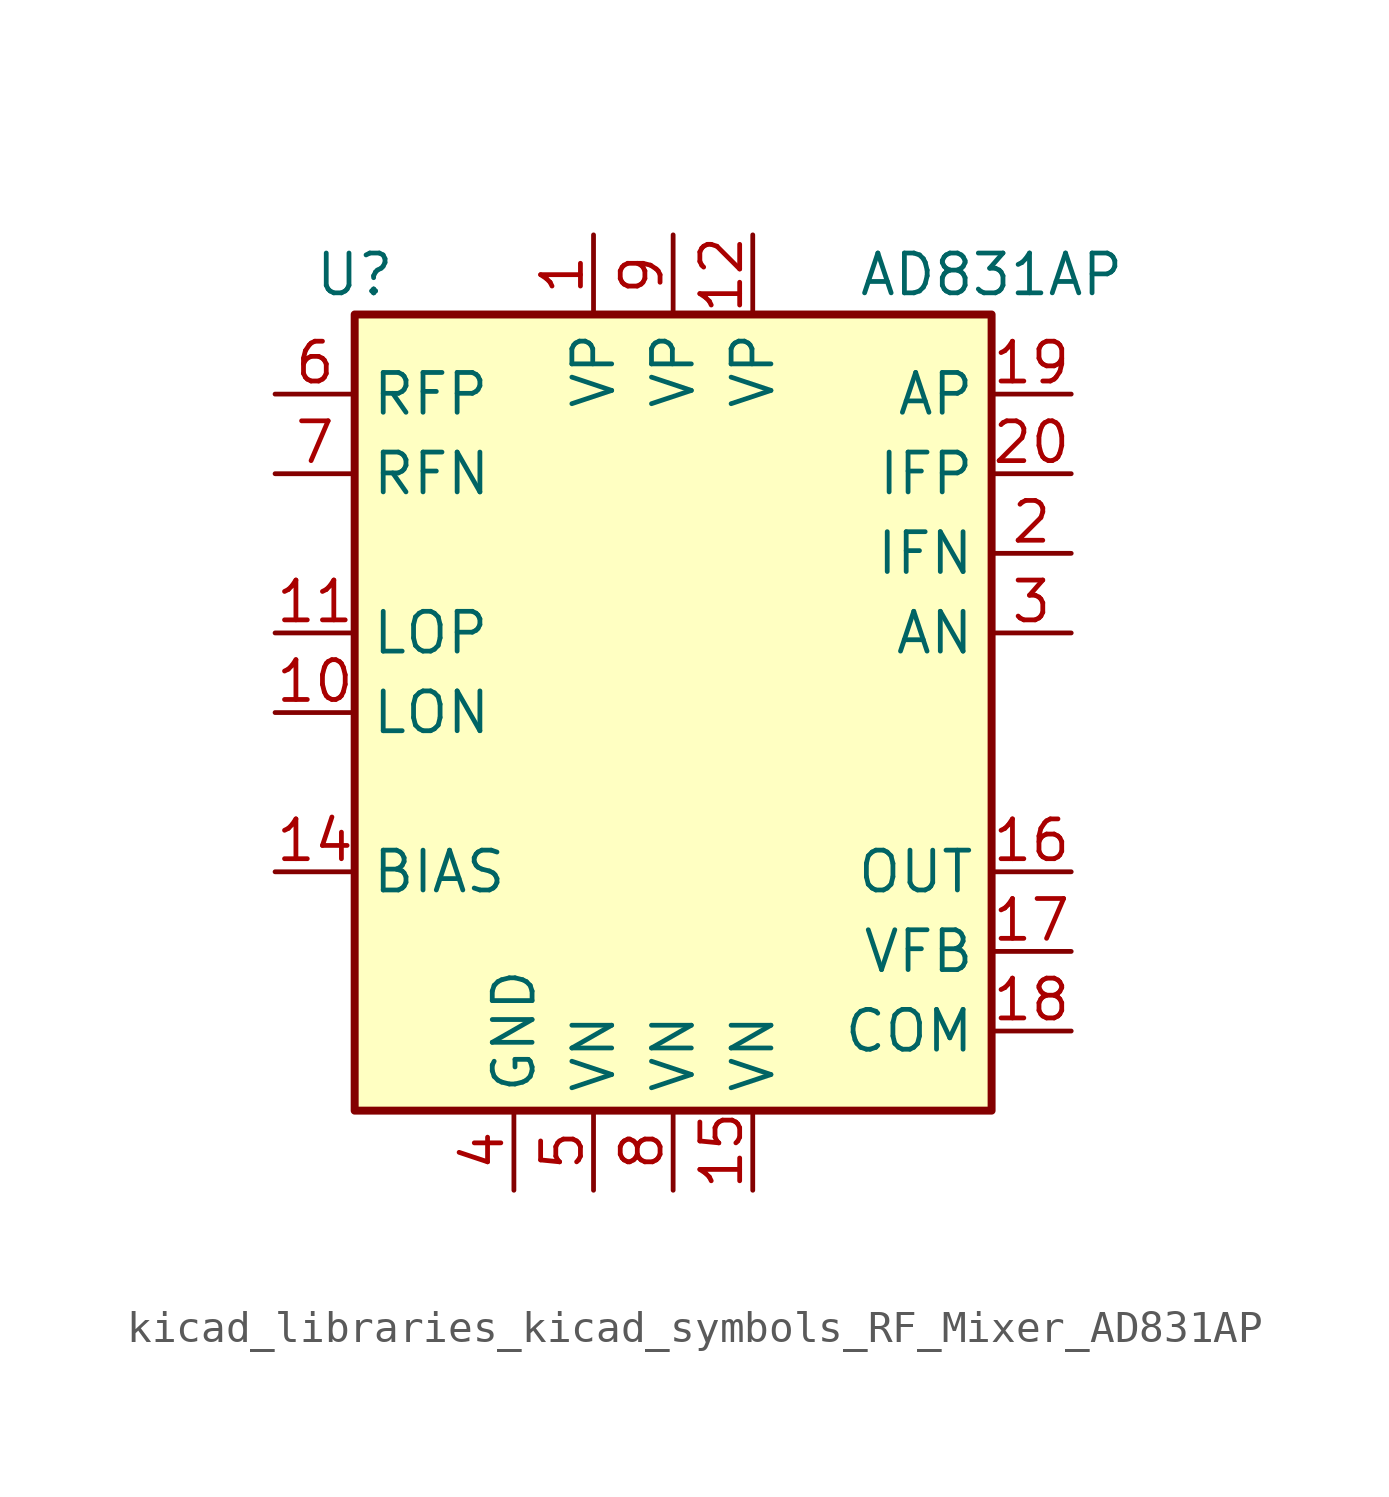
<source format=kicad_sym>
(kicad_symbol_lib
  (version 20220914)
  (generator kicad_symbol_editor)
  (symbol "kicad_libraries_kicad_symbols_RF_Mixer_AD831AP"
    (property "Reference" "U"
      (at -10.16 13.97 0)
      (effects (font (size 1.27 1.27))))
    (property "Value" "AD831AP"
      (at 10.16 13.97 0)
      (effects (font (size 1.27 1.27))))
    (symbol "kicad_libraries_kicad_symbols_RF_Mixer_AD831AP_0_1"
      (rectangle (start 10.16 12.7) (end -10.16 -12.7) (stroke (width 0.254) (type default)) (fill (type background))))
    (symbol "kicad_libraries_kicad_symbols_RF_Mixer_AD831AP_1_1"
      (pin power_in line (at -2.54 15.24 270) (length 2.54) (name "VP" (effects (font (size 1.27 1.27)))) (number "1" (effects (font (size 1.27 1.27)))))
      (pin input line (at -12.7 0 0) (length 2.54) (name "LON" (effects (font (size 1.27 1.27)))) (number "10" (effects (font (size 1.27 1.27)))))
      (pin input line (at -12.7 2.54 0) (length 2.54) (name "LOP" (effects (font (size 1.27 1.27)))) (number "11" (effects (font (size 1.27 1.27)))))
      (pin power_in line (at 2.54 15.24 270) (length 2.54) (name "VP" (effects (font (size 1.27 1.27)))) (number "12" (effects (font (size 1.27 1.27)))))
      (pin passive line (at -5.08 -15.24 90) (length 2.54) hide (name "GND" (effects (font (size 1.27 1.27)))) (number "13" (effects (font (size 1.27 1.27)))))
      (pin passive line (at -12.7 -5.08 0) (length 2.54) (name "BIAS" (effects (font (size 1.27 1.27)))) (number "14" (effects (font (size 1.27 1.27)))))
      (pin power_in line (at 2.54 -15.24 90) (length 2.54) (name "VN" (effects (font (size 1.27 1.27)))) (number "15" (effects (font (size 1.27 1.27)))))
      (pin output line (at 12.7 -5.08 180) (length 2.54) (name "OUT" (effects (font (size 1.27 1.27)))) (number "16" (effects (font (size 1.27 1.27)))))
      (pin passive line (at 12.7 -7.62 180) (length 2.54) (name "VFB" (effects (font (size 1.27 1.27)))) (number "17" (effects (font (size 1.27 1.27)))))
      (pin passive line (at 12.7 -10.16 180) (length 2.54) (name "COM" (effects (font (size 1.27 1.27)))) (number "18" (effects (font (size 1.27 1.27)))))
      (pin input line (at 12.7 10.16 180) (length 2.54) (name "AP" (effects (font (size 1.27 1.27)))) (number "19" (effects (font (size 1.27 1.27)))))
      (pin open_collector line (at 12.7 5.08 180) (length 2.54) (name "IFN" (effects (font (size 1.27 1.27)))) (number "2" (effects (font (size 1.27 1.27)))))
      (pin open_collector line (at 12.7 7.62 180) (length 2.54) (name "IFP" (effects (font (size 1.27 1.27)))) (number "20" (effects (font (size 1.27 1.27)))))
      (pin input line (at 12.7 2.54 180) (length 2.54) (name "AN" (effects (font (size 1.27 1.27)))) (number "3" (effects (font (size 1.27 1.27)))))
      (pin power_in line (at -5.08 -15.24 90) (length 2.54) (name "GND" (effects (font (size 1.27 1.27)))) (number "4" (effects (font (size 1.27 1.27)))))
      (pin power_in line (at -2.54 -15.24 90) (length 2.54) (name "VN" (effects (font (size 1.27 1.27)))) (number "5" (effects (font (size 1.27 1.27)))))
      (pin input line (at -12.7 10.16 0) (length 2.54) (name "RFP" (effects (font (size 1.27 1.27)))) (number "6" (effects (font (size 1.27 1.27)))))
      (pin input line (at -12.7 7.62 0) (length 2.54) (name "RFN" (effects (font (size 1.27 1.27)))) (number "7" (effects (font (size 1.27 1.27)))))
      (pin power_in line (at 0 -15.24 90) (length 2.54) (name "VN" (effects (font (size 1.27 1.27)))) (number "8" (effects (font (size 1.27 1.27)))))
      (pin power_in line (at 0 15.24 270) (length 2.54) (name "VP" (effects (font (size 1.27 1.27)))) (number "9" (effects (font (size 1.27 1.27))))))))
</source>
